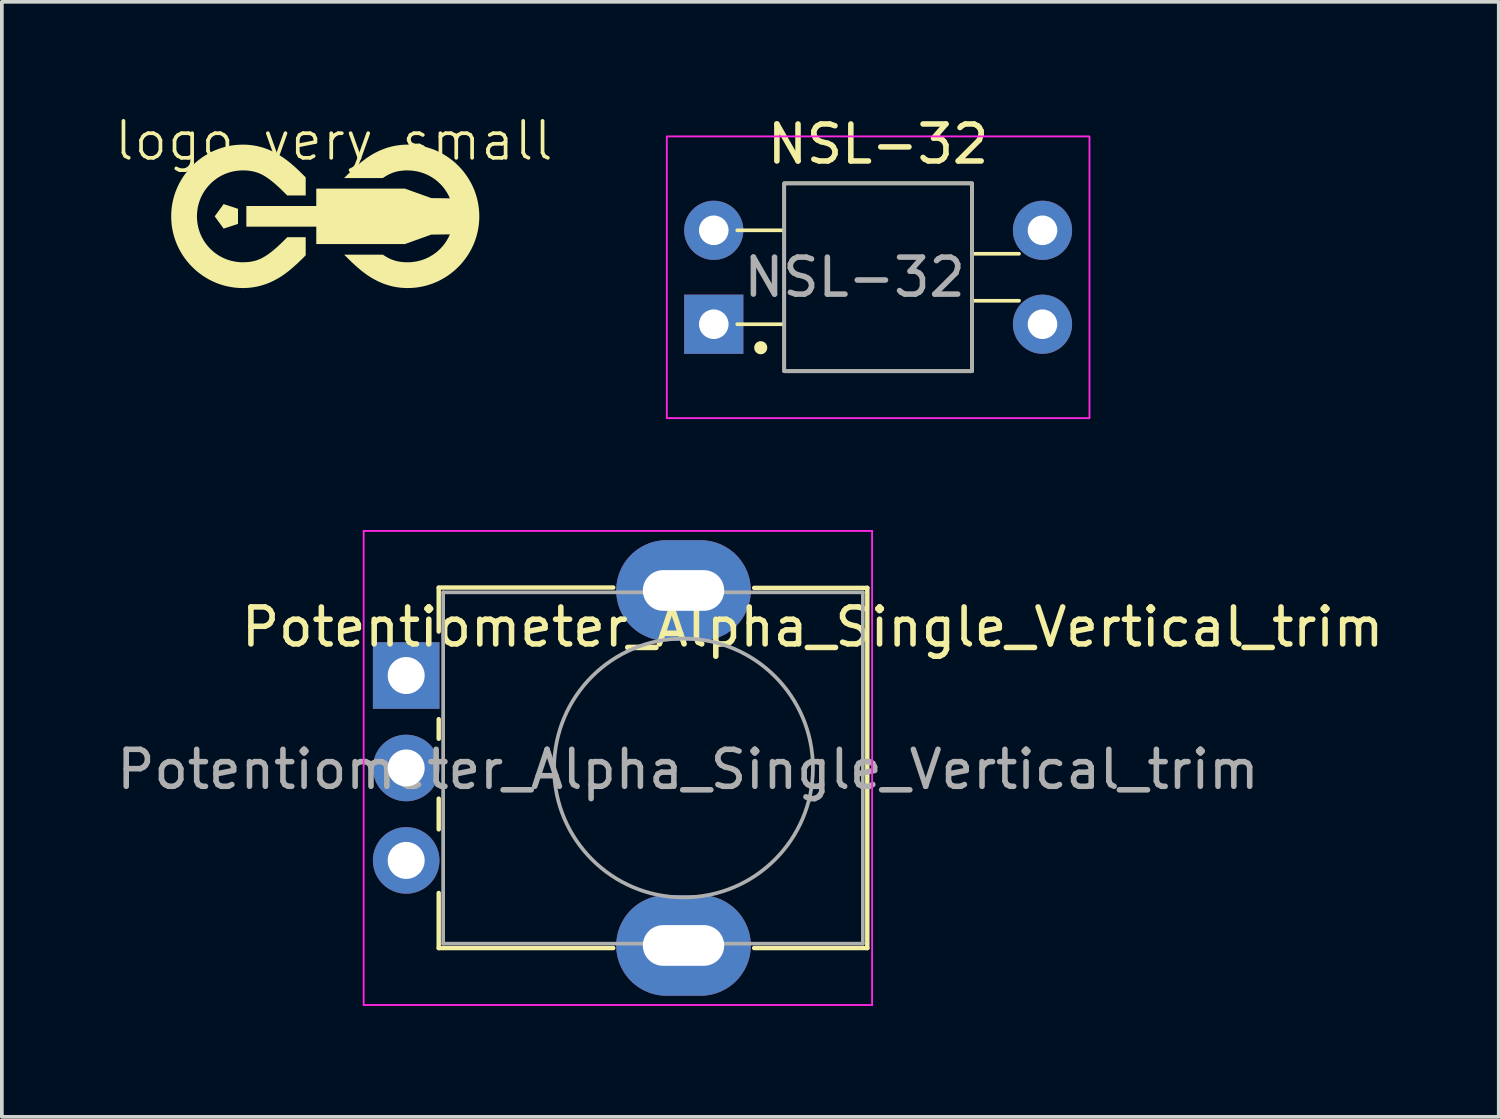
<source format=kicad_pcb>
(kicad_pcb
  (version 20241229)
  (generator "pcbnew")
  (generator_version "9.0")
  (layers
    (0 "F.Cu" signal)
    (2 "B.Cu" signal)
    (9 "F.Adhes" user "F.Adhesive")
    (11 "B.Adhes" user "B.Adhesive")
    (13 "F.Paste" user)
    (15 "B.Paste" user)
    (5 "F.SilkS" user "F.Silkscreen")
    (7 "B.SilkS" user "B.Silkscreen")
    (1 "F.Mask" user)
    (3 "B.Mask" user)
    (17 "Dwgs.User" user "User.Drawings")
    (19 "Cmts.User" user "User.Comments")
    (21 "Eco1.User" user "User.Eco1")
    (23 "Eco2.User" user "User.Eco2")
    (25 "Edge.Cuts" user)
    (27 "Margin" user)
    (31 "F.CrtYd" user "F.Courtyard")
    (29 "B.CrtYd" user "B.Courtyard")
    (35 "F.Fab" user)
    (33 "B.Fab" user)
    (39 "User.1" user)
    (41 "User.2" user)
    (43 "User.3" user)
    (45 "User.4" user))
  (footprint "logo_very_small"
    (layer "F.Cu")
    (at 5.979 2.861)
    (property "Reference" "logo_very_small" (at 0 -2.1 0) (unlocked yes) (layer "F.SilkS") (effects (font (size 1 1) (thickness 0.1))))
    (attr smd)
    (fp_poly (pts (xy -2.593 -0.265) (xy -2.593 0.144) (xy -2.982 0.271) (xy -3.223 -0.061) (xy -2.982 -0.392)) (stroke (width -0.000001) (type solid)) (fill yes) (layer "F.SilkS"))
    (fp_poly (pts (xy 2.093 -1.997) (xy 2.191 -1.99) (xy 2.288 -1.978) (xy 2.383 -1.96) (xy 2.477 -1.939) (xy 2.569 -1.912) (xy 2.659 -1.882) (xy 2.747 -1.847) (xy 2.833 -1.808) (xy 2.916 -1.765) (xy 2.997 -1.718) (xy 3.076 -1.668) (xy 3.152 -1.613) (xy 3.225 -1.556) (xy 3.296 -1.495) (xy 3.363 -1.43) (xy 3.428 -1.363) (xy 3.489 -1.293) (xy 3.546 -1.219) (xy 3.601 -1.143) (xy 3.651 -1.064) (xy 3.698 -0.983) (xy 3.741 -0.9) (xy 3.78 -0.814) (xy 3.815 -0.726) (xy 3.845 -0.636) (xy 3.872 -0.544) (xy 3.893 -0.45) (xy 3.91 -0.355) (xy 3.923 -0.258) (xy 3.93 -0.16) (xy 3.933 -0.061) (xy 3.93 0.039) (xy 3.923 0.137) (xy 3.91 0.234) (xy 3.893 0.329) (xy 3.872 0.423) (xy 3.845 0.515) (xy 3.815 0.605) (xy 3.78 0.693) (xy 3.741 0.778) (xy 3.698 0.862) (xy 3.651 0.943) (xy 3.601 1.022) (xy 3.546 1.098) (xy 3.489 1.171) (xy 3.428 1.242) (xy 3.363 1.309) (xy 3.296 1.374) (xy 3.225 1.435) (xy 3.152 1.492) (xy 3.076 1.547) (xy 2.997 1.597) (xy 2.916 1.644) (xy 2.833 1.687) (xy 2.747 1.726) (xy 2.659 1.761) (xy 2.569 1.791) (xy 2.477 1.818) (xy 2.383 1.839) (xy 2.288 1.856) (xy 2.191 1.869) (xy 2.093 1.876) (xy 1.994 1.879) (xy 1.993 1.879) (xy 1.896 1.876) (xy 1.802 1.869) (xy 1.709 1.857) (xy 1.619 1.841) (xy 1.531 1.82) (xy 1.444 1.795) (xy 1.36 1.767) (xy 1.278 1.734) (xy 1.197 1.698) (xy 1.119 1.658) (xy 1.042 1.616) (xy 0.967 1.57) (xy 0.893 1.521) (xy 0.822 1.469) (xy 0.751 1.415) (xy 0.683 1.358) (xy 0.632 1.315) (xy 0.582 1.27) (xy 0.532 1.224) (xy 0.481 1.177) (xy 0.431 1.128) (xy 0.38 1.078) (xy 0.277 0.975) (xy 1.324 0.975) (xy 1.363 1.001) (xy 1.401 1.025) (xy 1.439 1.047) (xy 1.477 1.068) (xy 1.516 1.086) (xy 1.555 1.103) (xy 1.594 1.118) (xy 1.634 1.132) (xy 1.674 1.144) (xy 1.716 1.154) (xy 1.758 1.162) (xy 1.802 1.169) (xy 1.848 1.175) (xy 1.895 1.178) (xy 1.943 1.181) (xy 1.993 1.181) (xy 1.994 1.181) (xy 2.042 1.181) (xy 2.089 1.178) (xy 2.137 1.173) (xy 2.183 1.167) (xy 2.229 1.159) (xy 2.275 1.15) (xy 2.32 1.139) (xy 2.364 1.126) (xy 2.407 1.112) (xy 2.45 1.096) (xy 2.492 1.079) (xy 2.533 1.06) (xy 2.573 1.04) (xy 2.613 1.018) (xy 2.651 0.995) (xy 2.689 0.971) (xy 2.725 0.946) (xy 2.761 0.919) (xy 2.796 0.891) (xy 2.829 0.861) (xy 2.862 0.831) (xy 2.893 0.799) (xy 2.923 0.766) (xy 2.952 0.733) (xy 2.98 0.698) (xy 3.006 0.662) (xy 3.032 0.625) (xy 3.055 0.587) (xy 3.078 0.548) (xy 3.099 0.509) (xy 3.119 0.468) (xy 3.137 0.427) (xy 2.634 0.433) (xy 1.919 0.69) (xy -0.476 0.69) (xy -0.476 0.219) (xy -2.367 0.219) (xy -2.367 -0.341) (xy -0.476 -0.341) (xy -0.476 -0.811) (xy 1.919 -0.811) (xy 2.634 -0.554) (xy 3.137 -0.548) (xy 3.099 -0.63) (xy 3.055 -0.708) (xy 3.006 -0.783) (xy 2.952 -0.854) (xy 2.893 -0.92) (xy 2.829 -0.982) (xy 2.761 -1.04) (xy 2.689 -1.092) (xy 2.613 -1.139) (xy 2.533 -1.181) (xy 2.45 -1.217) (xy 2.364 -1.247) (xy 2.275 -1.271) (xy 2.183 -1.288) (xy 2.089 -1.299) (xy 1.994 -1.303) (xy 1.993 -1.303) (xy 1.943 -1.302) (xy 1.895 -1.3) (xy 1.848 -1.296) (xy 1.802 -1.29) (xy 1.758 -1.284) (xy 1.716 -1.275) (xy 1.674 -1.265) (xy 1.634 -1.253) (xy 1.594 -1.24) (xy 1.555 -1.224) (xy 1.516 -1.207) (xy 1.477 -1.189) (xy 1.439 -1.168) (xy 1.401 -1.146) (xy 1.363 -1.122) (xy 1.324 -1.096) (xy 0.277 -1.096) (xy 0.38 -1.199) (xy 0.431 -1.249) (xy 0.481 -1.298) (xy 0.532 -1.345) (xy 0.582 -1.391) (xy 0.632 -1.436) (xy 0.683 -1.48) (xy 0.751 -1.536) (xy 0.822 -1.59) (xy 0.893 -1.642) (xy 0.967 -1.691) (xy 1.042 -1.737) (xy 1.119 -1.78) (xy 1.197 -1.819) (xy 1.278 -1.855) (xy 1.36 -1.888) (xy 1.444 -1.917) (xy 1.531 -1.941) (xy 1.619 -1.962) (xy 1.709 -1.978) (xy 1.802 -1.99) (xy 1.896 -1.998) (xy 1.993 -2) (xy 1.994 -2)) (stroke (width -0.000001) (type solid)) (fill yes) (layer "F.SilkS"))
    (fp_poly (pts (xy -2.364 -1.998) (xy -2.269 -1.99) (xy -2.176 -1.978) (xy -2.086 -1.962) (xy -1.998 -1.941) (xy -1.911 -1.917) (xy -1.827 -1.888) (xy -1.745 -1.855) (xy -1.664 -1.819) (xy -1.586 -1.78) (xy -1.509 -1.737) (xy -1.434 -1.691) (xy -1.36 -1.642) (xy -1.289 -1.59) (xy -1.218 -1.536) (xy -1.15 -1.48) (xy -1.102 -1.438) (xy -1.054 -1.395) (xy -1.005 -1.351) (xy -0.957 -1.306) (xy -0.909 -1.259) (xy -0.86 -1.212) (xy -0.762 -1.114) (xy -0.762 -0.625) (xy -1.261 -0.625) (xy -1.352 -0.716) (xy -1.396 -0.759) (xy -1.439 -0.801) (xy -1.481 -0.841) (xy -1.522 -0.878) (xy -1.562 -0.914) (xy -1.601 -0.948) (xy -1.655 -0.993) (xy -1.708 -1.035) (xy -1.759 -1.073) (xy -1.809 -1.108) (xy -1.859 -1.141) (xy -1.908 -1.17) (xy -1.958 -1.196) (xy -2.008 -1.219) (xy -2.058 -1.239) (xy -2.11 -1.256) (xy -2.163 -1.27) (xy -2.218 -1.282) (xy -2.275 -1.291) (xy -2.334 -1.298) (xy -2.396 -1.301) (xy -2.461 -1.303) (xy -2.525 -1.301) (xy -2.588 -1.296) (xy -2.651 -1.288) (xy -2.712 -1.278) (xy -2.772 -1.264) (xy -2.831 -1.247) (xy -2.889 -1.228) (xy -2.946 -1.206) (xy -3.001 -1.181) (xy -3.054 -1.154) (xy -3.106 -1.124) (xy -3.157 -1.092) (xy -3.205 -1.057) (xy -3.252 -1.02) (xy -3.297 -0.981) (xy -3.34 -0.94) (xy -3.381 -0.897) (xy -3.42 -0.852) (xy -3.457 -0.805) (xy -3.492 -0.757) (xy -3.524 -0.706) (xy -3.554 -0.654) (xy -3.581 -0.601) (xy -3.606 -0.546) (xy -3.628 -0.489) (xy -3.647 -0.431) (xy -3.664 -0.372) (xy -3.678 -0.312) (xy -3.688 -0.251) (xy -3.696 -0.188) (xy -3.701 -0.125) (xy -3.703 -0.061) (xy -3.701 0.004) (xy -3.696 0.067) (xy -3.688 0.13) (xy -3.678 0.191) (xy -3.664 0.251) (xy -3.647 0.31) (xy -3.628 0.368) (xy -3.606 0.425) (xy -3.581 0.48) (xy -3.554 0.533) (xy -3.524 0.585) (xy -3.492 0.636) (xy -3.457 0.684) (xy -3.42 0.731) (xy -3.381 0.776) (xy -3.34 0.819) (xy -3.297 0.86) (xy -3.252 0.899) (xy -3.205 0.936) (xy -3.157 0.97) (xy -3.106 1.003) (xy -3.054 1.032) (xy -3.001 1.06) (xy -2.946 1.084) (xy -2.889 1.107) (xy -2.831 1.126) (xy -2.772 1.143) (xy -2.712 1.156) (xy -2.651 1.167) (xy -2.588 1.175) (xy -2.525 1.18) (xy -2.461 1.181) (xy -2.396 1.18) (xy -2.334 1.176) (xy -2.275 1.17) (xy -2.218 1.161) (xy -2.163 1.149) (xy -2.11 1.135) (xy -2.058 1.118) (xy -2.008 1.097) (xy -1.958 1.074) (xy -1.908 1.048) (xy -1.859 1.019) (xy -1.809 0.987) (xy -1.759 0.952) (xy -1.708 0.914) (xy -1.655 0.872) (xy -1.601 0.827) (xy -1.562 0.793) (xy -1.522 0.757) (xy -1.481 0.719) (xy -1.439 0.68) (xy -1.396 0.638) (xy -1.352 0.595) (xy -1.261 0.504) (xy -0.762 0.504) (xy -0.762 0.993) (xy -0.86 1.091) (xy -0.909 1.138) (xy -0.957 1.185) (xy -1.005 1.23) (xy -1.054 1.274) (xy -1.102 1.317) (xy -1.15 1.358) (xy -1.218 1.415) (xy -1.289 1.469) (xy -1.36 1.521) (xy -1.434 1.57) (xy -1.509 1.616) (xy -1.586 1.658) (xy -1.664 1.698) (xy -1.745 1.734) (xy -1.827 1.767) (xy -1.911 1.795) (xy -1.998 1.82) (xy -2.086 1.841) (xy -2.176 1.857) (xy -2.269 1.869) (xy -2.364 1.876) (xy -2.461 1.879) (xy -2.56 1.876) (xy -2.658 1.869) (xy -2.755 1.856) (xy -2.85 1.839) (xy -2.944 1.818) (xy -3.036 1.791) (xy -3.126 1.761) (xy -3.214 1.726) (xy -3.3 1.687) (xy -3.383 1.644) (xy -3.464 1.597) (xy -3.543 1.547) (xy -3.619 1.492) (xy -3.693 1.435) (xy -3.763 1.374) (xy -3.83 1.309) (xy -3.895 1.242) (xy -3.956 1.171) (xy -4.013 1.098) (xy -4.068 1.022) (xy -4.118 0.943) (xy -4.165 0.862) (xy -4.208 0.778) (xy -4.247 0.693) (xy -4.282 0.605) (xy -4.312 0.515) (xy -4.339 0.423) (xy -4.36 0.329) (xy -4.378 0.234) (xy -4.39 0.137) (xy -4.397 0.039) (xy -4.4 -0.061) (xy -4.397 -0.16) (xy -4.39 -0.258) (xy -4.378 -0.355) (xy -4.36 -0.45) (xy -4.339 -0.544) (xy -4.312 -0.636) (xy -4.282 -0.726) (xy -4.247 -0.814) (xy -4.208 -0.9) (xy -4.165 -0.983) (xy -4.118 -1.064) (xy -4.068 -1.143) (xy -4.013 -1.219) (xy -3.956 -1.293) (xy -3.895 -1.363) (xy -3.83 -1.43) (xy -3.763 -1.495) (xy -3.693 -1.556) (xy -3.619 -1.613) (xy -3.543 -1.668) (xy -3.464 -1.718) (xy -3.383 -1.765) (xy -3.3 -1.808) (xy -3.214 -1.847) (xy -3.126 -1.882) (xy -3.036 -1.912) (xy -2.944 -1.939) (xy -2.85 -1.96) (xy -2.755 -1.978) (xy -2.658 -1.99) (xy -2.56 -1.997) (xy -2.461 -2)) (stroke (width -0.000001) (type solid)) (fill yes) (layer "F.SilkS")))
  (footprint "Potentiometer_Alpha_Single_Vertical_trim"
    (layer "F.Cu")
    (at 7.934 15.218)
    (property "Reference" "Potentiometer_Alpha_Single_Vertical_trim" (at 10.992 -1.31 0) (layer "F.SilkS") (effects (font (size 1 1) (thickness 0.15))))
    (attr through_hole)
    (fp_line (start 0.88 -2.38) (end 5.6 -2.38) (stroke (width 0.12) (type solid)) (layer "F.SilkS"))
    (fp_line (start 0.88 -1.19) (end 0.88 -2.37) (stroke (width 0.12) (type solid)) (layer "F.SilkS"))
    (fp_line (start 0.88 1.71) (end 0.88 1.18) (stroke (width 0.12) (type solid)) (layer "F.SilkS"))
    (fp_line (start 0.88 4.16) (end 0.88 3.33) (stroke (width 0.12) (type solid)) (layer "F.SilkS"))
    (fp_line (start 0.88 7.37) (end 0.88 5.88) (stroke (width 0.12) (type solid)) (layer "F.SilkS"))
    (fp_line (start 0.88 7.37) (end 5.6 7.37) (stroke (width 0.12) (type solid)) (layer "F.SilkS"))
    (fp_line (start 9.41 -2.37) (end 12.47 -2.37) (stroke (width 0.12) (type solid)) (layer "F.SilkS"))
    (fp_line (start 9.41 7.37) (end 12.47 7.37) (stroke (width 0.12) (type solid)) (layer "F.SilkS"))
    (fp_line (start 12.47 7.37) (end 12.47 -2.37) (stroke (width 0.12) (type solid)) (layer "F.SilkS"))
    (fp_line (start -1.15 -3.91) (end -1.15 8.91) (stroke (width 0.05) (type solid)) (layer "F.CrtYd"))
    (fp_line (start -1.15 8.91) (end 12.6 8.91) (stroke (width 0.05) (type solid)) (layer "F.CrtYd"))
    (fp_line (start 12.6 -3.91) (end -1.15 -3.91) (stroke (width 0.05) (type solid)) (layer "F.CrtYd"))
    (fp_line (start 12.6 8.91) (end 12.6 -3.91) (stroke (width 0.05) (type solid)) (layer "F.CrtYd"))
    (fp_line (start 1 -2.25) (end 12.35 -2.25) (stroke (width 0.1) (type solid)) (layer "F.Fab"))
    (fp_line (start 1 7.25) (end 1 -2.25) (stroke (width 0.1) (type solid)) (layer "F.Fab"))
    (fp_line (start 1 7.25) (end 12.35 7.25) (stroke (width 0.1) (type solid)) (layer "F.Fab"))
    (fp_line (start 12.35 7.25) (end 12.35 -2.25) (stroke (width 0.1) (type solid)) (layer "F.Fab"))
    (fp_circle (center 7.5 2.5) (end 7.5 -1) (stroke (width 0.1) (type solid)) (fill no) (layer "F.Fab"))
    (fp_text user "${REFERENCE}" (at 7.62 2.54 0) (layer "F.Fab") (effects (font (size 1 1) (thickness 0.15))))
    (pad "" thru_hole oval (at 7.5 -2.3 90) (size 2.72 3.64) (drill oval 1.1 2.2) (layers "*.Cu" "*.Mask"))
    (pad "" thru_hole oval (at 7.5 7.3 90) (size 2.72 3.64) (drill oval 1.1 2.2) (layers "*.Cu" "*.Mask"))
    (pad "1" thru_hole rect (at 0 0 90) (size 1.8 1.8) (drill 1) (layers "*.Cu" "*.Mask"))
    (pad "2" thru_hole circle (at 0 2.5 90) (size 1.8 1.8) (drill 1) (layers "*.Cu" "*.Mask"))
    (pad "3" thru_hole circle (at 0 5 90) (size 1.8 1.8) (drill 1) (layers "*.Cu" "*.Mask")))
  (footprint "NSL-32"
    (layer "F.Cu")
    (at 16.252 3.178)
    (property "Reference" "NSL-32" (at 4.445 -2.33 0) (layer "F.SilkS") (effects (font (size 1 1) (thickness 0.15))))
    (attr through_hole)
    (fp_line (start 0.635 0) (end 1.905 0) (stroke (width 0.1) (type solid)) (layer "F.SilkS"))
    (fp_line (start 1.905 2.54) (end 0.635 2.54) (stroke (width 0.1) (type solid)) (layer "F.SilkS"))
    (fp_line (start 8.255 0.635) (end 6.985 0.635) (stroke (width 0.1) (type solid)) (layer "F.SilkS"))
    (fp_line (start 8.255 1.905) (end 6.985 1.905) (stroke (width 0.1) (type solid)) (layer "F.SilkS"))
    (fp_rect (start 1.905 -1.27) (end 6.985 3.81) (stroke (width 0.1) (type default)) (fill no) (layer "F.SilkS"))
    (fp_circle (center 1.27 3.175) (end 1.397 3.175) (stroke (width 0.1) (type solid)) (fill yes) (layer "F.SilkS"))
    (fp_rect (start -1.27 -2.54) (end 10.16 5.08) (stroke (width 0.05) (type default)) (fill no) (layer "F.CrtYd"))
    (fp_rect (start 6.985 3.81) (end 1.905 -1.27) (stroke (width 0.1) (type default)) (fill no) (layer "F.Fab"))
    (fp_text user "${REFERENCE}" (at 3.81 1.27 0) (layer "F.Fab") (effects (font (size 1 1) (thickness 0.15))))
    (pad "1" thru_hole circle (at 0 0) (size 1.6 1.6) (drill 0.8) (layers "*.Cu" "*.Mask"))
    (pad "2" thru_hole rect (at 0 2.54) (size 1.6 1.6) (drill 0.8) (layers "*.Cu" "*.Mask"))
    (pad "3" thru_hole oval (at 8.89 2.54) (size 1.6 1.6) (drill 0.8) (layers "*.Cu" "*.Mask"))
    (pad "4" thru_hole oval (at 8.89 0) (size 1.6 1.6) (drill 0.8) (layers "*.Cu" "*.Mask")))
  (gr_rect
    (start -3 -3)
    (end 37.48 27.153)
    (stroke (width 0.1) (type default))
    (fill no)
    (layer "Edge.Cuts")))
</source>
